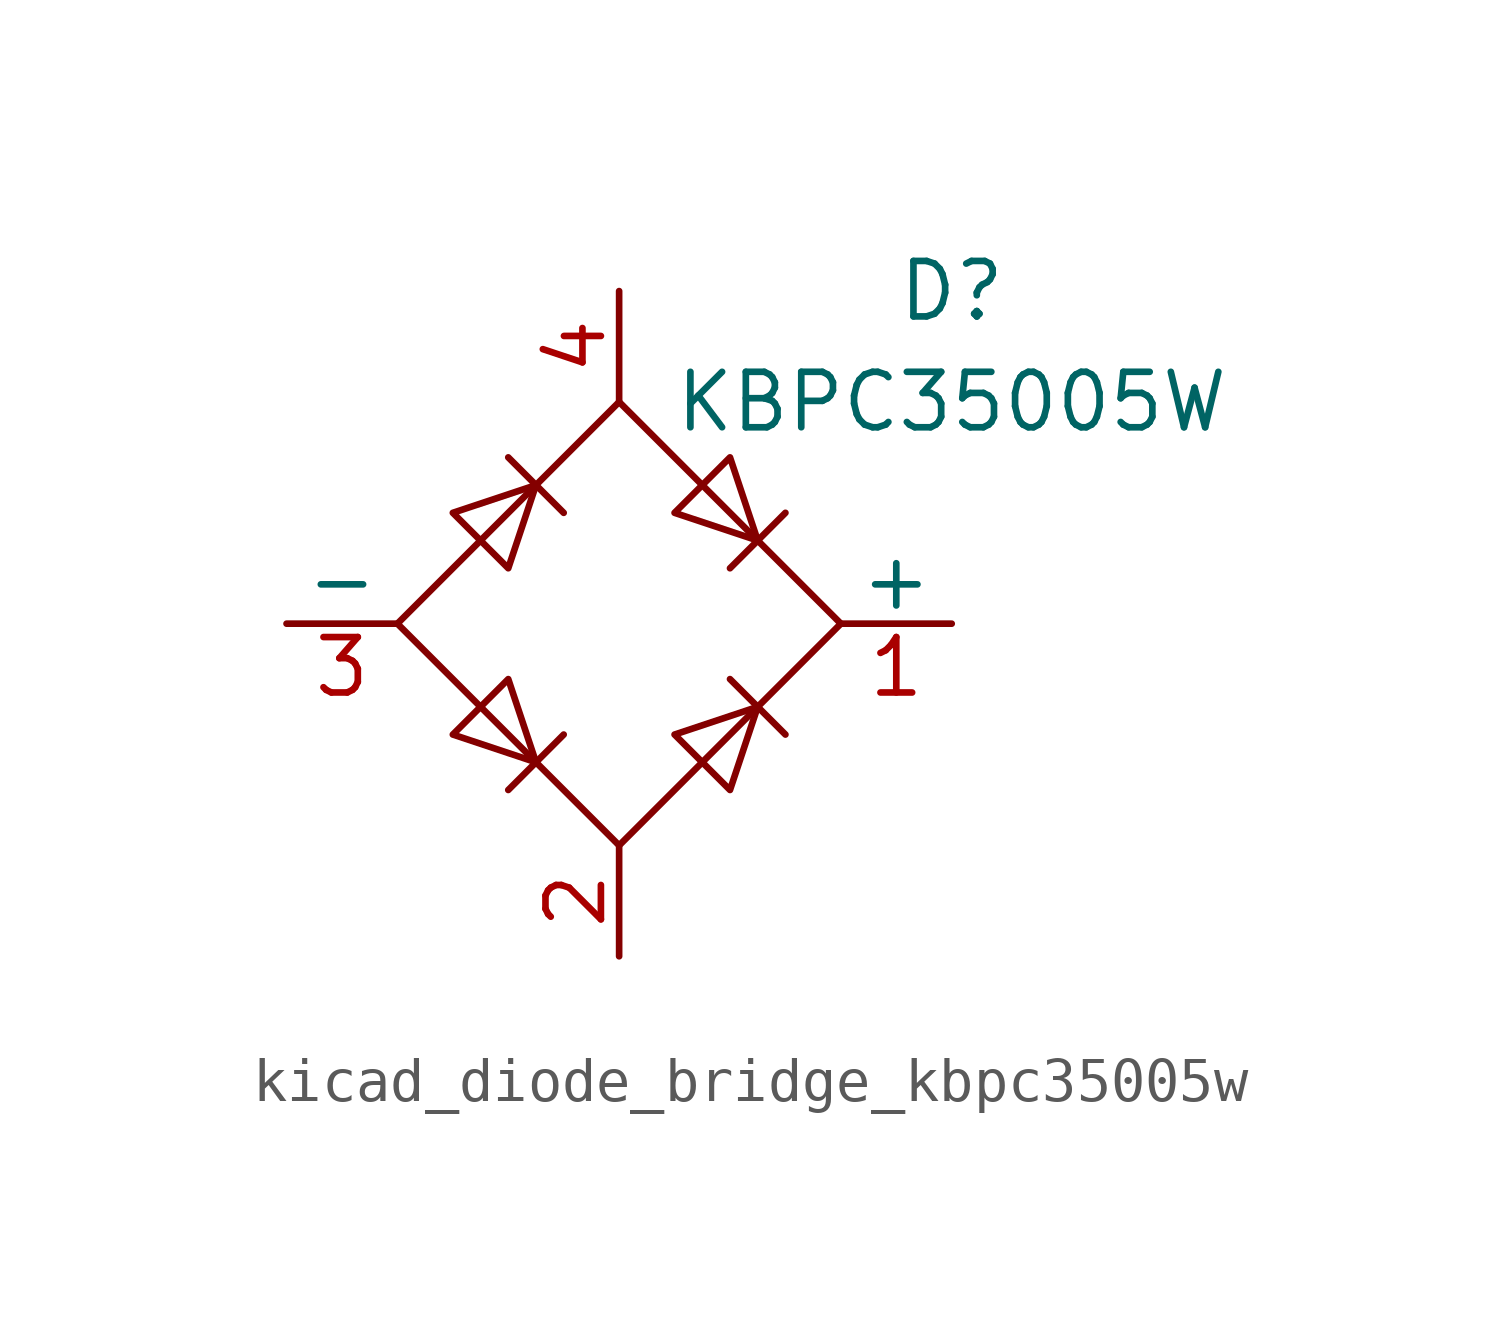
<source format=kicad_sym>
(kicad_symbol_lib
  (version 20220914)
  (generator kicad_symbol_editor)
  (symbol "kicad_diode_bridge_kbpc35005w"
    (pin_names
      (offset 0))
    (property "Reference" "D"
      (at 7.62 7.62 0)
      (effects (font (size 1.27 1.27))))
    (property "Value" "KBPC35005W"
      (at 7.62 5.08 0)
      (effects (font (size 1.27 1.27))))
    (symbol "kicad_diode_bridge_kbpc35005w_0_1"
      (polyline (pts (xy -2.54 3.81) (xy -1.27 2.54)) (stroke (width 0) (type default)) (fill (type none)))
      (polyline (pts (xy -1.27 -2.54) (xy -2.54 -3.81)) (stroke (width 0) (type default)) (fill (type none)))
      (polyline (pts (xy 2.54 -1.27) (xy 3.81 -2.54)) (stroke (width 0) (type default)) (fill (type none)))
      (polyline (pts (xy 2.54 1.27) (xy 3.81 2.54)) (stroke (width 0) (type default)) (fill (type none)))
      (polyline (pts (xy -3.81 2.54) (xy -2.54 1.27) (xy -1.905 3.175) (xy -3.81 2.54)) (stroke (width 0) (type default)) (fill (type none)))
      (polyline (pts (xy -2.54 -1.27) (xy -3.81 -2.54) (xy -1.905 -3.175) (xy -2.54 -1.27)) (stroke (width 0) (type default)) (fill (type none)))
      (polyline (pts (xy 1.27 2.54) (xy 2.54 3.81) (xy 3.175 1.905) (xy 1.27 2.54)) (stroke (width 0) (type default)) (fill (type none)))
      (polyline (pts (xy 3.175 -1.905) (xy 1.27 -2.54) (xy 2.54 -3.81) (xy 3.175 -1.905)) (stroke (width 0) (type default)) (fill (type none)))
      (polyline (pts (xy -5.08 0) (xy 0 -5.08) (xy 5.08 0) (xy 0 5.08) (xy -5.08 0)) (stroke (width 0) (type default)) (fill (type none))))
    (symbol "kicad_diode_bridge_kbpc35005w_1_1"
      (pin passive line (at 7.62 0 180) (length 2.54) (name "+" (effects (font (size 1.27 1.27)))) (number "1" (effects (font (size 1.27 1.27)))))
      (pin passive line (at 0 -7.62 90) (length 2.54) (name "~" (effects (font (size 1.27 1.27)))) (number "2" (effects (font (size 1.27 1.27)))))
      (pin passive line (at -7.62 0 0) (length 2.54) (name "-" (effects (font (size 1.27 1.27)))) (number "3" (effects (font (size 1.27 1.27)))))
      (pin passive line (at 0 7.62 270) (length 2.54) (name "~" (effects (font (size 1.27 1.27)))) (number "4" (effects (font (size 1.27 1.27))))))))
</source>
